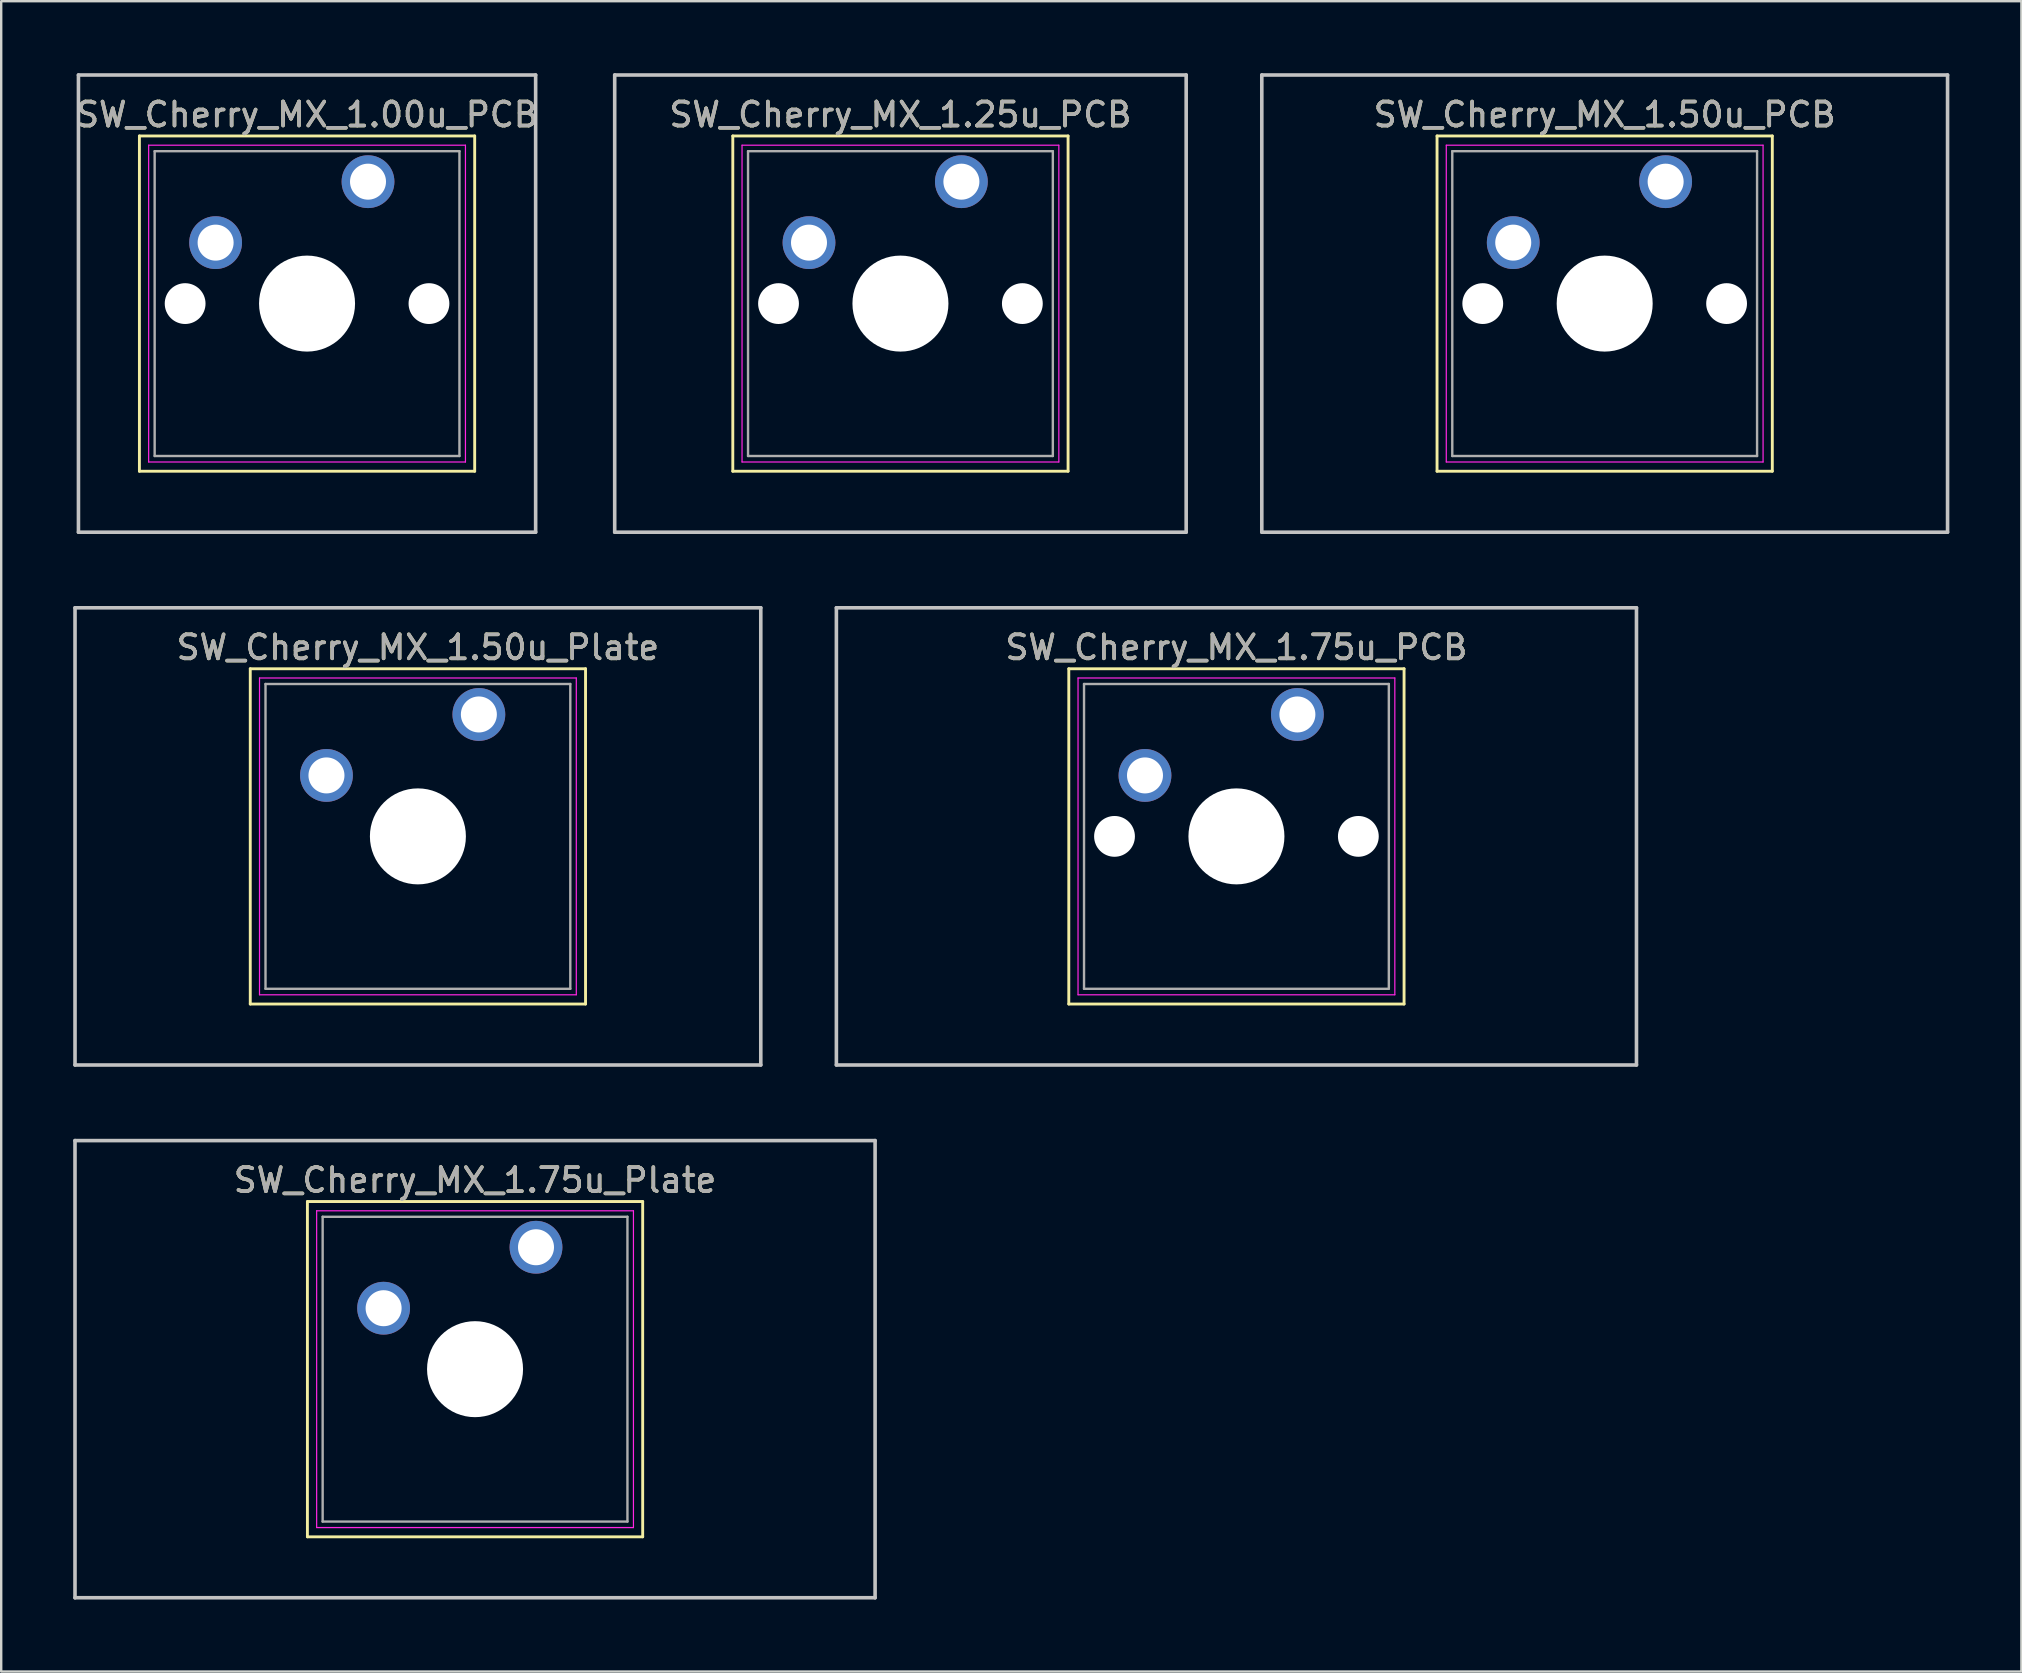
<source format=kicad_pcb>
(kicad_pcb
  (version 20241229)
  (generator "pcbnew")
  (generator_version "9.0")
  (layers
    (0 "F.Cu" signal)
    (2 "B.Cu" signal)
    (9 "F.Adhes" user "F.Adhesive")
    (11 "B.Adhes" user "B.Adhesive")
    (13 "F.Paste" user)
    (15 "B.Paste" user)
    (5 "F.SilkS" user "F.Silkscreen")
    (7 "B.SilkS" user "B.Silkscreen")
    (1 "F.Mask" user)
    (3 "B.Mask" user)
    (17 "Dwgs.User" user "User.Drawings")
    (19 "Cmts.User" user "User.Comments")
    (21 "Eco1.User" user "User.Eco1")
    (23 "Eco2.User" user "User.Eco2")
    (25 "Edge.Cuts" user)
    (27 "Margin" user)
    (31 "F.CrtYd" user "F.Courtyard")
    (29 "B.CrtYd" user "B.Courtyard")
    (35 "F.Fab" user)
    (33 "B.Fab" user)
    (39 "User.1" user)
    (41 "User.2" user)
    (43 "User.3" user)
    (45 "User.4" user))
  (footprint "SW_Cherry_MX_1.50u_PCB"
    (layer "F.Cu")
    (at 63.813 9.6)
    (property "Reference" "SW_Cherry_MX_1.50u_PCB" (at 0 -7.874 0) (layer "F.SilkS") (effects (font (size 1 1) (thickness 0.15))))
    (attr through_hole)
    (fp_line (start -6.985 -6.985) (end 6.985 -6.985) (stroke (width 0.12) (type solid)) (layer "F.SilkS"))
    (fp_line (start -6.985 6.985) (end -6.985 -6.985) (stroke (width 0.12) (type solid)) (layer "F.SilkS"))
    (fp_line (start 6.985 -6.985) (end 6.985 6.985) (stroke (width 0.12) (type solid)) (layer "F.SilkS"))
    (fp_line (start 6.985 6.985) (end -6.985 6.985) (stroke (width 0.12) (type solid)) (layer "F.SilkS"))
    (fp_line (start -14.287 -9.525) (end 14.287 -9.525) (stroke (width 0.15) (type solid)) (layer "Dwgs.User"))
    (fp_line (start -14.287 9.525) (end -14.287 -9.525) (stroke (width 0.15) (type solid)) (layer "Dwgs.User"))
    (fp_line (start 14.287 -9.525) (end 14.287 9.525) (stroke (width 0.15) (type solid)) (layer "Dwgs.User"))
    (fp_line (start 14.287 9.525) (end -14.287 9.525) (stroke (width 0.15) (type solid)) (layer "Dwgs.User"))
    (fp_line (start -6.6 -6.6) (end 6.6 -6.6) (stroke (width 0.05) (type solid)) (layer "F.CrtYd"))
    (fp_line (start -6.6 6.6) (end -6.6 -6.6) (stroke (width 0.05) (type solid)) (layer "F.CrtYd"))
    (fp_line (start 6.6 -6.6) (end 6.6 6.6) (stroke (width 0.05) (type solid)) (layer "F.CrtYd"))
    (fp_line (start 6.6 6.6) (end -6.6 6.6) (stroke (width 0.05) (type solid)) (layer "F.CrtYd"))
    (fp_line (start -6.35 -6.35) (end 6.35 -6.35) (stroke (width 0.1) (type solid)) (layer "F.Fab"))
    (fp_line (start -6.35 6.35) (end -6.35 -6.35) (stroke (width 0.1) (type solid)) (layer "F.Fab"))
    (fp_line (start 6.35 -6.35) (end 6.35 6.35) (stroke (width 0.1) (type solid)) (layer "F.Fab"))
    (fp_line (start 6.35 6.35) (end -6.35 6.35) (stroke (width 0.1) (type solid)) (layer "F.Fab"))
    (fp_text user "${REFERENCE}" (at 0 -7.874 0) (layer "F.Fab") (effects (font (size 1 1) (thickness 0.15))))
    (pad "" np_thru_hole circle (at -5.08 0) (size 1.7 1.7) (drill 1.7) (layers "*.Cu" "*.Mask"))
    (pad "" np_thru_hole circle (at 0 0) (size 4 4) (drill 4) (layers "*.Cu" "*.Mask"))
    (pad "" np_thru_hole circle (at 5.08 0) (size 1.7 1.7) (drill 1.7) (layers "*.Cu" "*.Mask"))
    (pad "1" thru_hole circle (at 2.54 -5.08) (size 2.2 2.2) (drill 1.5) (layers "*.Cu" "*.Mask"))
    (pad "2" thru_hole circle (at -3.81 -2.54) (size 2.2 2.2) (drill 1.5) (layers "*.Cu" "*.Mask")))
  (footprint "SW_Cherry_MX_1.75u_Plate"
    (layer "F.Cu")
    (at 16.744 54)
    (property "Reference" "SW_Cherry_MX_1.75u_Plate" (at 0 -7.874 0) (layer "F.SilkS") (effects (font (size 1 1) (thickness 0.15))))
    (attr through_hole)
    (fp_line (start -6.985 -6.985) (end 6.985 -6.985) (stroke (width 0.12) (type solid)) (layer "F.SilkS"))
    (fp_line (start -6.985 6.985) (end -6.985 -6.985) (stroke (width 0.12) (type solid)) (layer "F.SilkS"))
    (fp_line (start 6.985 -6.985) (end 6.985 6.985) (stroke (width 0.12) (type solid)) (layer "F.SilkS"))
    (fp_line (start 6.985 6.985) (end -6.985 6.985) (stroke (width 0.12) (type solid)) (layer "F.SilkS"))
    (fp_line (start -16.669 -9.525) (end 16.669 -9.525) (stroke (width 0.15) (type solid)) (layer "Dwgs.User"))
    (fp_line (start -16.669 9.525) (end -16.669 -9.525) (stroke (width 0.15) (type solid)) (layer "Dwgs.User"))
    (fp_line (start 16.669 -9.525) (end 16.669 9.525) (stroke (width 0.15) (type solid)) (layer "Dwgs.User"))
    (fp_line (start 16.669 9.525) (end -16.669 9.525) (stroke (width 0.15) (type solid)) (layer "Dwgs.User"))
    (fp_line (start -6.6 -6.6) (end 6.6 -6.6) (stroke (width 0.05) (type solid)) (layer "F.CrtYd"))
    (fp_line (start -6.6 6.6) (end -6.6 -6.6) (stroke (width 0.05) (type solid)) (layer "F.CrtYd"))
    (fp_line (start 6.6 -6.6) (end 6.6 6.6) (stroke (width 0.05) (type solid)) (layer "F.CrtYd"))
    (fp_line (start 6.6 6.6) (end -6.6 6.6) (stroke (width 0.05) (type solid)) (layer "F.CrtYd"))
    (fp_line (start -6.35 -6.35) (end 6.35 -6.35) (stroke (width 0.1) (type solid)) (layer "F.Fab"))
    (fp_line (start -6.35 6.35) (end -6.35 -6.35) (stroke (width 0.1) (type solid)) (layer "F.Fab"))
    (fp_line (start 6.35 -6.35) (end 6.35 6.35) (stroke (width 0.1) (type solid)) (layer "F.Fab"))
    (fp_line (start 6.35 6.35) (end -6.35 6.35) (stroke (width 0.1) (type solid)) (layer "F.Fab"))
    (fp_text user "${REFERENCE}" (at 0 -7.874 0) (layer "F.Fab") (effects (font (size 1 1) (thickness 0.15))))
    (pad "" np_thru_hole circle (at 0 0) (size 4 4) (drill 4) (layers "*.Cu" "*.Mask"))
    (pad "1" thru_hole circle (at 2.54 -5.08) (size 2.2 2.2) (drill 1.5) (layers "*.Cu" "*.Mask"))
    (pad "2" thru_hole circle (at -3.81 -2.54) (size 2.2 2.2) (drill 1.5) (layers "*.Cu" "*.Mask")))
  (footprint "SW_Cherry_MX_1.00u_PCB"
    (layer "F.Cu")
    (at 9.744 9.6)
    (property "Reference" "SW_Cherry_MX_1.00u_PCB" (at 0 -7.874 0) (layer "F.SilkS") (effects (font (size 1 1) (thickness 0.15))))
    (attr through_hole)
    (fp_line (start -6.985 -6.985) (end 6.985 -6.985) (stroke (width 0.12) (type solid)) (layer "F.SilkS"))
    (fp_line (start -6.985 6.985) (end -6.985 -6.985) (stroke (width 0.12) (type solid)) (layer "F.SilkS"))
    (fp_line (start 6.985 -6.985) (end 6.985 6.985) (stroke (width 0.12) (type solid)) (layer "F.SilkS"))
    (fp_line (start 6.985 6.985) (end -6.985 6.985) (stroke (width 0.12) (type solid)) (layer "F.SilkS"))
    (fp_line (start -9.525 -9.525) (end 9.525 -9.525) (stroke (width 0.15) (type solid)) (layer "Dwgs.User"))
    (fp_line (start -9.525 9.525) (end -9.525 -9.525) (stroke (width 0.15) (type solid)) (layer "Dwgs.User"))
    (fp_line (start 9.525 -9.525) (end 9.525 9.525) (stroke (width 0.15) (type solid)) (layer "Dwgs.User"))
    (fp_line (start 9.525 9.525) (end -9.525 9.525) (stroke (width 0.15) (type solid)) (layer "Dwgs.User"))
    (fp_line (start -6.6 -6.6) (end 6.6 -6.6) (stroke (width 0.05) (type solid)) (layer "F.CrtYd"))
    (fp_line (start -6.6 6.6) (end -6.6 -6.6) (stroke (width 0.05) (type solid)) (layer "F.CrtYd"))
    (fp_line (start 6.6 -6.6) (end 6.6 6.6) (stroke (width 0.05) (type solid)) (layer "F.CrtYd"))
    (fp_line (start 6.6 6.6) (end -6.6 6.6) (stroke (width 0.05) (type solid)) (layer "F.CrtYd"))
    (fp_line (start -6.35 -6.35) (end 6.35 -6.35) (stroke (width 0.1) (type solid)) (layer "F.Fab"))
    (fp_line (start -6.35 6.35) (end -6.35 -6.35) (stroke (width 0.1) (type solid)) (layer "F.Fab"))
    (fp_line (start 6.35 -6.35) (end 6.35 6.35) (stroke (width 0.1) (type solid)) (layer "F.Fab"))
    (fp_line (start 6.35 6.35) (end -6.35 6.35) (stroke (width 0.1) (type solid)) (layer "F.Fab"))
    (fp_text user "${REFERENCE}" (at 0 -7.874 0) (layer "F.Fab") (effects (font (size 1 1) (thickness 0.15))))
    (pad "" np_thru_hole circle (at -5.08 0) (size 1.7 1.7) (drill 1.7) (layers "*.Cu" "*.Mask"))
    (pad "" np_thru_hole circle (at 0 0) (size 4 4) (drill 4) (layers "*.Cu" "*.Mask"))
    (pad "" np_thru_hole circle (at 5.08 0) (size 1.7 1.7) (drill 1.7) (layers "*.Cu" "*.Mask"))
    (pad "1" thru_hole circle (at 2.54 -5.08) (size 2.2 2.2) (drill 1.5) (layers "*.Cu" "*.Mask"))
    (pad "2" thru_hole circle (at -3.81 -2.54) (size 2.2 2.2) (drill 1.5) (layers "*.Cu" "*.Mask")))
  (footprint "SW_Cherry_MX_1.50u_Plate"
    (layer "F.Cu")
    (at 14.363 31.8)
    (property "Reference" "SW_Cherry_MX_1.50u_Plate" (at 0 -7.874 0) (layer "F.SilkS") (effects (font (size 1 1) (thickness 0.15))))
    (attr through_hole)
    (fp_line (start -6.985 -6.985) (end 6.985 -6.985) (stroke (width 0.12) (type solid)) (layer "F.SilkS"))
    (fp_line (start -6.985 6.985) (end -6.985 -6.985) (stroke (width 0.12) (type solid)) (layer "F.SilkS"))
    (fp_line (start 6.985 -6.985) (end 6.985 6.985) (stroke (width 0.12) (type solid)) (layer "F.SilkS"))
    (fp_line (start 6.985 6.985) (end -6.985 6.985) (stroke (width 0.12) (type solid)) (layer "F.SilkS"))
    (fp_line (start -14.287 -9.525) (end 14.287 -9.525) (stroke (width 0.15) (type solid)) (layer "Dwgs.User"))
    (fp_line (start -14.287 9.525) (end -14.287 -9.525) (stroke (width 0.15) (type solid)) (layer "Dwgs.User"))
    (fp_line (start 14.287 -9.525) (end 14.287 9.525) (stroke (width 0.15) (type solid)) (layer "Dwgs.User"))
    (fp_line (start 14.287 9.525) (end -14.287 9.525) (stroke (width 0.15) (type solid)) (layer "Dwgs.User"))
    (fp_line (start -6.6 -6.6) (end 6.6 -6.6) (stroke (width 0.05) (type solid)) (layer "F.CrtYd"))
    (fp_line (start -6.6 6.6) (end -6.6 -6.6) (stroke (width 0.05) (type solid)) (layer "F.CrtYd"))
    (fp_line (start 6.6 -6.6) (end 6.6 6.6) (stroke (width 0.05) (type solid)) (layer "F.CrtYd"))
    (fp_line (start 6.6 6.6) (end -6.6 6.6) (stroke (width 0.05) (type solid)) (layer "F.CrtYd"))
    (fp_line (start -6.35 -6.35) (end 6.35 -6.35) (stroke (width 0.1) (type solid)) (layer "F.Fab"))
    (fp_line (start -6.35 6.35) (end -6.35 -6.35) (stroke (width 0.1) (type solid)) (layer "F.Fab"))
    (fp_line (start 6.35 -6.35) (end 6.35 6.35) (stroke (width 0.1) (type solid)) (layer "F.Fab"))
    (fp_line (start 6.35 6.35) (end -6.35 6.35) (stroke (width 0.1) (type solid)) (layer "F.Fab"))
    (fp_text user "${REFERENCE}" (at 0 -7.874 0) (layer "F.Fab") (effects (font (size 1 1) (thickness 0.15))))
    (pad "" np_thru_hole circle (at 0 0) (size 4 4) (drill 4) (layers "*.Cu" "*.Mask"))
    (pad "1" thru_hole circle (at 2.54 -5.08) (size 2.2 2.2) (drill 1.5) (layers "*.Cu" "*.Mask"))
    (pad "2" thru_hole circle (at -3.81 -2.54) (size 2.2 2.2) (drill 1.5) (layers "*.Cu" "*.Mask")))
  (footprint "SW_Cherry_MX_1.25u_PCB"
    (layer "F.Cu")
    (at 34.469 9.6)
    (property "Reference" "SW_Cherry_MX_1.25u_PCB" (at 0 -7.874 0) (layer "F.SilkS") (effects (font (size 1 1) (thickness 0.15))))
    (attr through_hole)
    (fp_line (start -6.985 -6.985) (end 6.985 -6.985) (stroke (width 0.12) (type solid)) (layer "F.SilkS"))
    (fp_line (start -6.985 6.985) (end -6.985 -6.985) (stroke (width 0.12) (type solid)) (layer "F.SilkS"))
    (fp_line (start 6.985 -6.985) (end 6.985 6.985) (stroke (width 0.12) (type solid)) (layer "F.SilkS"))
    (fp_line (start 6.985 6.985) (end -6.985 6.985) (stroke (width 0.12) (type solid)) (layer "F.SilkS"))
    (fp_line (start -11.906 -9.525) (end 11.906 -9.525) (stroke (width 0.15) (type solid)) (layer "Dwgs.User"))
    (fp_line (start -11.906 9.525) (end -11.906 -9.525) (stroke (width 0.15) (type solid)) (layer "Dwgs.User"))
    (fp_line (start 11.906 -9.525) (end 11.906 9.525) (stroke (width 0.15) (type solid)) (layer "Dwgs.User"))
    (fp_line (start 11.906 9.525) (end -11.906 9.525) (stroke (width 0.15) (type solid)) (layer "Dwgs.User"))
    (fp_line (start -6.6 -6.6) (end 6.6 -6.6) (stroke (width 0.05) (type solid)) (layer "F.CrtYd"))
    (fp_line (start -6.6 6.6) (end -6.6 -6.6) (stroke (width 0.05) (type solid)) (layer "F.CrtYd"))
    (fp_line (start 6.6 -6.6) (end 6.6 6.6) (stroke (width 0.05) (type solid)) (layer "F.CrtYd"))
    (fp_line (start 6.6 6.6) (end -6.6 6.6) (stroke (width 0.05) (type solid)) (layer "F.CrtYd"))
    (fp_line (start -6.35 -6.35) (end 6.35 -6.35) (stroke (width 0.1) (type solid)) (layer "F.Fab"))
    (fp_line (start -6.35 6.35) (end -6.35 -6.35) (stroke (width 0.1) (type solid)) (layer "F.Fab"))
    (fp_line (start 6.35 -6.35) (end 6.35 6.35) (stroke (width 0.1) (type solid)) (layer "F.Fab"))
    (fp_line (start 6.35 6.35) (end -6.35 6.35) (stroke (width 0.1) (type solid)) (layer "F.Fab"))
    (fp_text user "${REFERENCE}" (at 0 -7.874 0) (layer "F.Fab") (effects (font (size 1 1) (thickness 0.15))))
    (pad "" np_thru_hole circle (at -5.08 0) (size 1.7 1.7) (drill 1.7) (layers "*.Cu" "*.Mask"))
    (pad "" np_thru_hole circle (at 0 0) (size 4 4) (drill 4) (layers "*.Cu" "*.Mask"))
    (pad "" np_thru_hole circle (at 5.08 0) (size 1.7 1.7) (drill 1.7) (layers "*.Cu" "*.Mask"))
    (pad "1" thru_hole circle (at 2.54 -5.08) (size 2.2 2.2) (drill 1.5) (layers "*.Cu" "*.Mask"))
    (pad "2" thru_hole circle (at -3.81 -2.54) (size 2.2 2.2) (drill 1.5) (layers "*.Cu" "*.Mask")))
  (footprint "SW_Cherry_MX_1.75u_PCB"
    (layer "F.Cu")
    (at 48.469 31.8)
    (property "Reference" "SW_Cherry_MX_1.75u_PCB" (at 0 -7.874 0) (layer "F.SilkS") (effects (font (size 1 1) (thickness 0.15))))
    (attr through_hole)
    (fp_line (start -6.985 -6.985) (end 6.985 -6.985) (stroke (width 0.12) (type solid)) (layer "F.SilkS"))
    (fp_line (start -6.985 6.985) (end -6.985 -6.985) (stroke (width 0.12) (type solid)) (layer "F.SilkS"))
    (fp_line (start 6.985 -6.985) (end 6.985 6.985) (stroke (width 0.12) (type solid)) (layer "F.SilkS"))
    (fp_line (start 6.985 6.985) (end -6.985 6.985) (stroke (width 0.12) (type solid)) (layer "F.SilkS"))
    (fp_line (start -16.669 -9.525) (end 16.669 -9.525) (stroke (width 0.15) (type solid)) (layer "Dwgs.User"))
    (fp_line (start -16.669 9.525) (end -16.669 -9.525) (stroke (width 0.15) (type solid)) (layer "Dwgs.User"))
    (fp_line (start 16.669 -9.525) (end 16.669 9.525) (stroke (width 0.15) (type solid)) (layer "Dwgs.User"))
    (fp_line (start 16.669 9.525) (end -16.669 9.525) (stroke (width 0.15) (type solid)) (layer "Dwgs.User"))
    (fp_line (start -6.6 -6.6) (end 6.6 -6.6) (stroke (width 0.05) (type solid)) (layer "F.CrtYd"))
    (fp_line (start -6.6 6.6) (end -6.6 -6.6) (stroke (width 0.05) (type solid)) (layer "F.CrtYd"))
    (fp_line (start 6.6 -6.6) (end 6.6 6.6) (stroke (width 0.05) (type solid)) (layer "F.CrtYd"))
    (fp_line (start 6.6 6.6) (end -6.6 6.6) (stroke (width 0.05) (type solid)) (layer "F.CrtYd"))
    (fp_line (start -6.35 -6.35) (end 6.35 -6.35) (stroke (width 0.1) (type solid)) (layer "F.Fab"))
    (fp_line (start -6.35 6.35) (end -6.35 -6.35) (stroke (width 0.1) (type solid)) (layer "F.Fab"))
    (fp_line (start 6.35 -6.35) (end 6.35 6.35) (stroke (width 0.1) (type solid)) (layer "F.Fab"))
    (fp_line (start 6.35 6.35) (end -6.35 6.35) (stroke (width 0.1) (type solid)) (layer "F.Fab"))
    (fp_text user "${REFERENCE}" (at 0 -7.874 0) (layer "F.Fab") (effects (font (size 1 1) (thickness 0.15))))
    (pad "" np_thru_hole circle (at -5.08 0) (size 1.7 1.7) (drill 1.7) (layers "*.Cu" "*.Mask"))
    (pad "" np_thru_hole circle (at 0 0) (size 4 4) (drill 4) (layers "*.Cu" "*.Mask"))
    (pad "" np_thru_hole circle (at 5.08 0) (size 1.7 1.7) (drill 1.7) (layers "*.Cu" "*.Mask"))
    (pad "1" thru_hole circle (at 2.54 -5.08) (size 2.2 2.2) (drill 1.5) (layers "*.Cu" "*.Mask"))
    (pad "2" thru_hole circle (at -3.81 -2.54) (size 2.2 2.2) (drill 1.5) (layers "*.Cu" "*.Mask")))
  (gr_rect
    (start -3 -3)
    (end 81.176 66.6)
    (stroke (width 0.1) (type default))
    (fill no)
    (layer "Edge.Cuts")))
</source>
